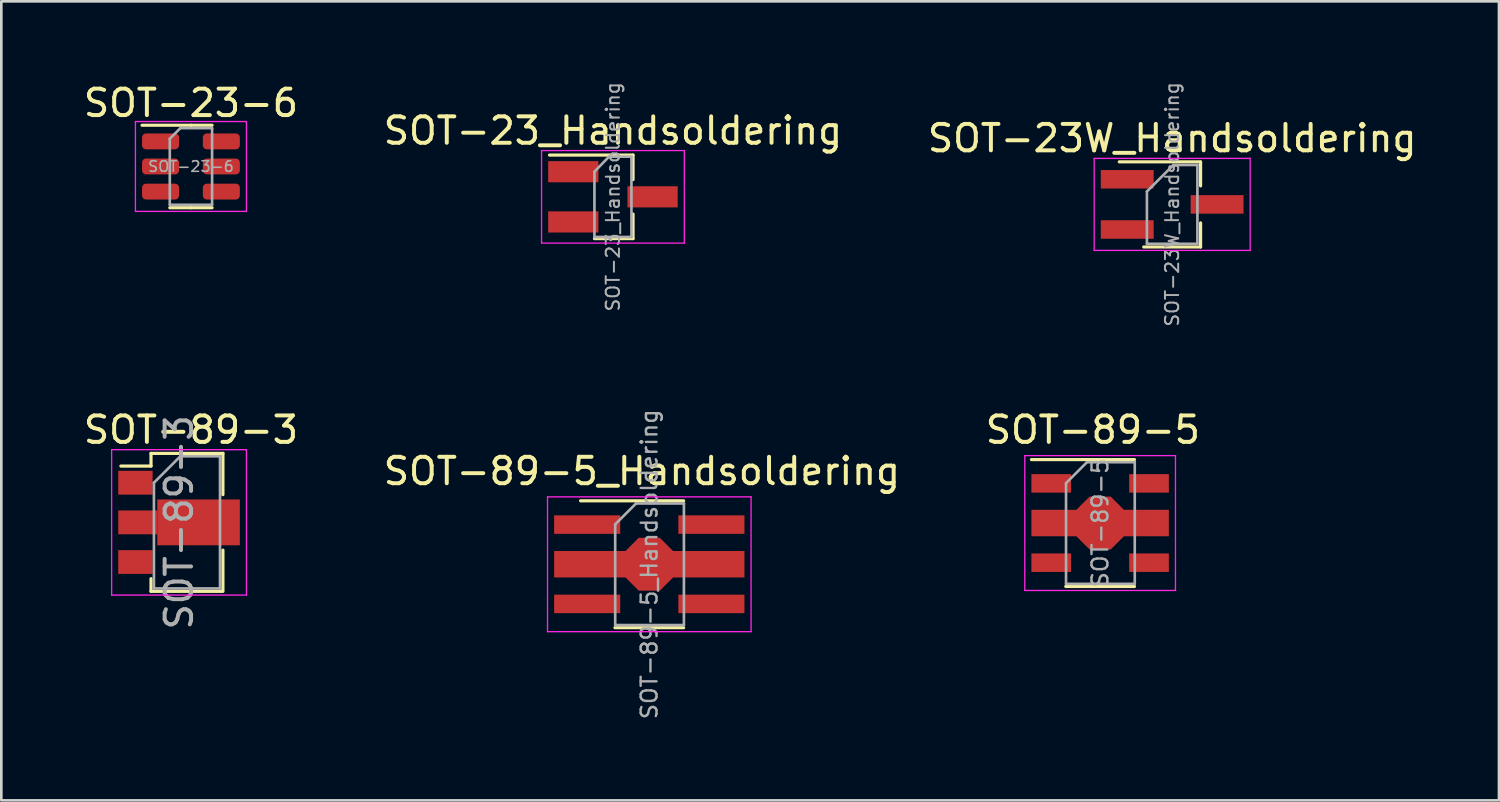
<source format=kicad_pcb>
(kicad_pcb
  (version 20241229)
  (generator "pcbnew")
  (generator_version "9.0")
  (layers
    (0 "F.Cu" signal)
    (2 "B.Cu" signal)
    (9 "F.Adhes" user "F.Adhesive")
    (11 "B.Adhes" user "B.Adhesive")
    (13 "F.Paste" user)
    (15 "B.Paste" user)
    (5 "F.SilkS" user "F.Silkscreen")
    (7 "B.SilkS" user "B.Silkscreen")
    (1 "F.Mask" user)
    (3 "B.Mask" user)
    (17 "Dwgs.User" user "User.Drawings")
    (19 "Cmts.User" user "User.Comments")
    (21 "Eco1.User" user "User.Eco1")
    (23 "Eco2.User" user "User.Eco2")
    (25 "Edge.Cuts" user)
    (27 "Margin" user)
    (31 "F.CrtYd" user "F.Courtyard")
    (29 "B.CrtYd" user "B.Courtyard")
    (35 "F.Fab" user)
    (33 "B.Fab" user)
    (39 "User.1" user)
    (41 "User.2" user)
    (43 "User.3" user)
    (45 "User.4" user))
  (footprint "SOT-23-6"
    (layer "F.Cu")
    (at 4.173 3.248)
    (property "Reference" "SOT-23-6" (at 0 -2.4 0) (layer "F.SilkS") (effects (font (size 1 1) (thickness 0.15))))
    (attr smd)
    (fp_line (start 0 -1.56) (end -1.85 -1.56) (stroke (width 0.12) (type solid)) (layer "F.SilkS"))
    (fp_line (start 0 -1.56) (end 0.8 -1.56) (stroke (width 0.12) (type solid)) (layer "F.SilkS"))
    (fp_line (start 0 1.56) (end -0.8 1.56) (stroke (width 0.12) (type solid)) (layer "F.SilkS"))
    (fp_line (start 0 1.56) (end 0.8 1.56) (stroke (width 0.12) (type solid)) (layer "F.SilkS"))
    (fp_line (start -2.1 -1.7) (end -2.1 1.7) (stroke (width 0.05) (type solid)) (layer "F.CrtYd"))
    (fp_line (start -2.1 1.7) (end 2.1 1.7) (stroke (width 0.05) (type solid)) (layer "F.CrtYd"))
    (fp_line (start 2.1 -1.7) (end -2.1 -1.7) (stroke (width 0.05) (type solid)) (layer "F.CrtYd"))
    (fp_line (start 2.1 1.7) (end 2.1 -1.7) (stroke (width 0.05) (type solid)) (layer "F.CrtYd"))
    (fp_line (start -0.8 -1.05) (end -0.4 -1.45) (stroke (width 0.1) (type solid)) (layer "F.Fab"))
    (fp_line (start -0.8 1.45) (end -0.8 -1.05) (stroke (width 0.1) (type solid)) (layer "F.Fab"))
    (fp_line (start -0.4 -1.45) (end 0.8 -1.45) (stroke (width 0.1) (type solid)) (layer "F.Fab"))
    (fp_line (start 0.8 -1.45) (end 0.8 1.45) (stroke (width 0.1) (type solid)) (layer "F.Fab"))
    (fp_line (start 0.8 1.45) (end -0.8 1.45) (stroke (width 0.1) (type solid)) (layer "F.Fab"))
    (fp_text user "${REFERENCE}" (at 0 0 0) (layer "F.Fab") (effects (font (size 0.4 0.4) (thickness 0.06))))
    (pad "1" smd roundrect (at -1.15 -0.95) (size 1.4 0.6) (layers "F.Cu" "F.Mask" "F.Paste") (roundrect_rratio 0.25))
    (pad "2" smd roundrect (at -1.15 0) (size 1.4 0.6) (layers "F.Cu" "F.Mask" "F.Paste") (roundrect_rratio 0.25))
    (pad "3" smd roundrect (at -1.15 0.95) (size 1.4 0.6) (layers "F.Cu" "F.Mask" "F.Paste") (roundrect_rratio 0.25))
    (pad "4" smd roundrect (at 1.15 0.95) (size 1.4 0.6) (layers "F.Cu" "F.Mask" "F.Paste") (roundrect_rratio 0.25))
    (pad "5" smd roundrect (at 1.15 0) (size 1.4 0.6) (layers "F.Cu" "F.Mask" "F.Paste") (roundrect_rratio 0.25))
    (pad "6" smd roundrect (at 1.15 -0.95) (size 1.4 0.6) (layers "F.Cu" "F.Mask" "F.Paste") (roundrect_rratio 0.25)))
  (footprint "SOT-89-5_Handsoldering"
    (layer "F.Cu")
    (at 21.512 18.295)
    (property "Reference" "SOT-89-5_Handsoldering" (at -0.28 -3.52 0) (layer "F.SilkS") (effects (font (size 1 1) (thickness 0.15))))
    (attr smd)
    (fp_line (start -2.6 -2.4) (end 1.3 -2.4) (stroke (width 0.12) (type solid)) (layer "F.SilkS"))
    (fp_line (start 1.3 2.4) (end -1.3 2.4) (stroke (width 0.12) (type solid)) (layer "F.SilkS"))
    (fp_line (start -3.85 2.55) (end -3.85 -2.55) (stroke (width 0.05) (type solid)) (layer "F.CrtYd"))
    (fp_line (start -3.85 2.55) (end 3.85 2.55) (stroke (width 0.05) (type solid)) (layer "F.CrtYd"))
    (fp_line (start 3.85 -2.55) (end -3.85 -2.55) (stroke (width 0.05) (type solid)) (layer "F.CrtYd"))
    (fp_line (start 3.85 -2.55) (end 3.85 2.55) (stroke (width 0.05) (type solid)) (layer "F.CrtYd"))
    (fp_line (start -1.29 -1.51) (end -0.5 -2.3) (stroke (width 0.1) (type solid)) (layer "F.Fab"))
    (fp_line (start -1.29 2.3) (end -1.29 -1.51) (stroke (width 0.1) (type solid)) (layer "F.Fab"))
    (fp_line (start -0.5 -2.3) (end 1.31 -2.3) (stroke (width 0.1) (type solid)) (layer "F.Fab"))
    (fp_line (start 1.31 -2.3) (end 1.31 2.3) (stroke (width 0.1) (type solid)) (layer "F.Fab"))
    (fp_line (start 1.31 2.3) (end -1.29 2.3) (stroke (width 0.1) (type solid)) (layer "F.Fab"))
    (fp_text user "${REFERENCE}" (at 0 0 90) (layer "F.Fab") (effects (font (size 0.6 0.6) (thickness 0.09))))
    (pad "1" smd rect (at -2.35 -1.5) (size 2.5 0.7) (layers "F.Cu" "F.Mask" "F.Paste"))
    (pad "2" smd custom (at 0 0) (size 0.8 2) (layers "F.Cu" "F.Mask" "F.Paste") (options (anchor rect)) (primitives (gr_poly (pts (xy -3.6 -0.5) (xy 3.6 -0.5) (xy 3.6 0.5) (xy -3.6 0.5)) (width 0) (fill yes)) (gr_poly (pts (xy -0.9 -0.5) (xy -0.4 -1) (xy -0.4 -0.5)) (width 0) (fill yes)) (gr_poly (pts (xy 0.9 -0.5) (xy 0.4 -1) (xy 0.4 -0.5)) (width 0) (fill yes)) (gr_poly (pts (xy -0.9 0.5) (xy -0.4 1) (xy -0.4 0.5)) (width 0) (fill yes)) (gr_poly (pts (xy 0.9 0.5) (xy 0.4 1) (xy 0.4 0.5)) (width 0) (fill yes))))
    (pad "3" smd rect (at -2.35 1.5) (size 2.5 0.7) (layers "F.Cu" "F.Mask" "F.Paste"))
    (pad "4" smd rect (at 2.35 1.5) (size 2.5 0.7) (layers "F.Cu" "F.Mask" "F.Paste"))
    (pad "5" smd rect (at 2.35 -1.5) (size 2.5 0.7) (layers "F.Cu" "F.Mask" "F.Paste")))
  (footprint "SOT-23W_Handsoldering"
    (layer "F.Cu")
    (at 41.292 4.682)
    (property "Reference" "SOT-23W_Handsoldering" (at 0 -2.5 0) (layer "F.SilkS") (effects (font (size 1 1) (thickness 0.15))))
    (attr smd)
    (fp_line (start -2 -1.61) (end 1.075 -1.61) (stroke (width 0.12) (type solid)) (layer "F.SilkS"))
    (fp_line (start -1.075 1.61) (end 1.075 1.61) (stroke (width 0.12) (type solid)) (layer "F.SilkS"))
    (fp_line (start 1.075 -1.6) (end 1.075 -0.7) (stroke (width 0.12) (type solid)) (layer "F.SilkS"))
    (fp_line (start 1.075 0.7) (end 1.075 1.61) (stroke (width 0.12) (type solid)) (layer "F.SilkS"))
    (fp_line (start -2.95 -1.74) (end 2.95 -1.74) (stroke (width 0.05) (type solid)) (layer "F.CrtYd"))
    (fp_line (start -2.95 1.74) (end -2.95 -1.74) (stroke (width 0.05) (type solid)) (layer "F.CrtYd"))
    (fp_line (start 2.95 -1.74) (end 2.95 1.74) (stroke (width 0.05) (type solid)) (layer "F.CrtYd"))
    (fp_line (start 2.95 1.74) (end -2.95 1.74) (stroke (width 0.05) (type solid)) (layer "F.CrtYd"))
    (fp_line (start -0.955 -0.49) (end -0.955 1.49) (stroke (width 0.1) (type solid)) (layer "F.Fab"))
    (fp_line (start -0.955 -0.49) (end 0.045 -1.49) (stroke (width 0.1) (type solid)) (layer "F.Fab"))
    (fp_line (start -0.955 1.49) (end 0.955 1.49) (stroke (width 0.1) (type solid)) (layer "F.Fab"))
    (fp_line (start 0.045 -1.49) (end 0.955 -1.49) (stroke (width 0.1) (type solid)) (layer "F.Fab"))
    (fp_line (start 0.955 -1.49) (end 0.955 1.49) (stroke (width 0.1) (type solid)) (layer "F.Fab"))
    (fp_text user "${REFERENCE}" (at 0 0 90) (layer "F.Fab") (effects (font (size 0.5 0.5) (thickness 0.075))))
    (pad "1" smd rect (at -1.7 -0.95) (size 2 0.7) (layers "F.Cu" "F.Mask" "F.Paste"))
    (pad "2" smd rect (at -1.7 0.95) (size 2 0.7) (layers "F.Cu" "F.Mask" "F.Paste"))
    (pad "3" smd rect (at 1.7 0) (size 2 0.7) (layers "F.Cu" "F.Mask" "F.Paste")))
  (footprint "SOT-89-3"
    (layer "F.Cu")
    (at 3.723 16.711)
    (property "Reference" "SOT-89-3" (at 0.45 -3.5 0) (layer "F.SilkS") (effects (font (size 1 1) (thickness 0.15))))
    (attr smd)
    (fp_line (start -2.2 -2.13) (end -1.06 -2.13) (stroke (width 0.12) (type solid)) (layer "F.SilkS"))
    (fp_line (start -1.06 -2.61) (end -1.06 -2.13) (stroke (width 0.12) (type solid)) (layer "F.SilkS"))
    (fp_line (start -1.06 -2.61) (end 1.66 -2.61) (stroke (width 0.12) (type solid)) (layer "F.SilkS"))
    (fp_line (start -1.06 2.61) (end -1.06 2.13) (stroke (width 0.12) (type solid)) (layer "F.SilkS"))
    (fp_line (start 1.61 2.61) (end -1.06 2.61) (stroke (width 0.12) (type solid)) (layer "F.SilkS"))
    (fp_line (start 1.66 -2.61) (end 1.66 -1.05) (stroke (width 0.12) (type solid)) (layer "F.SilkS"))
    (fp_line (start 1.66 1.05) (end 1.66 2.61) (stroke (width 0.12) (type solid)) (layer "F.SilkS"))
    (fp_line (start -2.55 2.75) (end -2.55 -2.75) (stroke (width 0.05) (type solid)) (layer "F.CrtYd"))
    (fp_line (start -2.55 2.75) (end 2.55 2.75) (stroke (width 0.05) (type solid)) (layer "F.CrtYd"))
    (fp_line (start 2.55 -2.75) (end -2.55 -2.75) (stroke (width 0.05) (type solid)) (layer "F.CrtYd"))
    (fp_line (start 2.55 -2.75) (end 2.55 2.75) (stroke (width 0.05) (type solid)) (layer "F.CrtYd"))
    (fp_line (start -0.95 -1.5) (end 0.05 -2.5) (stroke (width 0.1) (type solid)) (layer "F.Fab"))
    (fp_line (start -0.95 2.5) (end -0.95 -1.5) (stroke (width 0.1) (type solid)) (layer "F.Fab"))
    (fp_line (start 0.05 -2.5) (end 1.55 -2.5) (stroke (width 0.1) (type solid)) (layer "F.Fab"))
    (fp_line (start 1.55 -2.5) (end 1.55 2.5) (stroke (width 0.1) (type solid)) (layer "F.Fab"))
    (fp_line (start 1.55 2.5) (end -0.95 2.5) (stroke (width 0.1) (type solid)) (layer "F.Fab"))
    (fp_text user "${REFERENCE}" (at 0 0 90) (layer "F.Fab") (effects (font (size 1 1) (thickness 0.15))))
    (pad "1" smd rect (at -1.65 -1.5) (size 1.3 0.9) (layers "F.Cu" "F.Mask" "F.Paste"))
    (pad "2" smd custom (at -1.562 0) (size 1.475 0.9) (layers "F.Cu" "F.Mask" "F.Paste") (options (anchor rect)) (primitives (gr_poly (pts (xy 0.738 -0.867) (xy 3.862 -0.867) (xy 3.862 0.867) (xy 0.738 0.867)) (width 0) (fill yes))))
    (pad "3" smd rect (at -1.65 1.5) (size 1.3 0.9) (layers "F.Cu" "F.Mask" "F.Paste")))
  (footprint "SOT-23_Handsoldering"
    (layer "F.Cu")
    (at 20.137 4.396)
    (property "Reference" "SOT-23_Handsoldering" (at 0 -2.5 0) (layer "F.SilkS") (effects (font (size 1 1) (thickness 0.15))))
    (attr smd)
    (fp_line (start 0.76 -1.58) (end -2.4 -1.58) (stroke (width 0.12) (type solid)) (layer "F.SilkS"))
    (fp_line (start 0.76 -1.58) (end 0.76 -0.65) (stroke (width 0.12) (type solid)) (layer "F.SilkS"))
    (fp_line (start 0.76 1.58) (end -0.7 1.58) (stroke (width 0.12) (type solid)) (layer "F.SilkS"))
    (fp_line (start 0.76 1.58) (end 0.76 0.65) (stroke (width 0.12) (type solid)) (layer "F.SilkS"))
    (fp_line (start -2.7 -1.75) (end 2.7 -1.75) (stroke (width 0.05) (type solid)) (layer "F.CrtYd"))
    (fp_line (start -2.7 1.75) (end -2.7 -1.75) (stroke (width 0.05) (type solid)) (layer "F.CrtYd"))
    (fp_line (start 2.7 -1.75) (end 2.7 1.75) (stroke (width 0.05) (type solid)) (layer "F.CrtYd"))
    (fp_line (start 2.7 1.75) (end -2.7 1.75) (stroke (width 0.05) (type solid)) (layer "F.CrtYd"))
    (fp_line (start -0.7 -0.95) (end -0.7 1.5) (stroke (width 0.1) (type solid)) (layer "F.Fab"))
    (fp_line (start -0.7 -0.95) (end -0.15 -1.52) (stroke (width 0.1) (type solid)) (layer "F.Fab"))
    (fp_line (start -0.7 1.52) (end 0.7 1.52) (stroke (width 0.1) (type solid)) (layer "F.Fab"))
    (fp_line (start -0.15 -1.52) (end 0.7 -1.52) (stroke (width 0.1) (type solid)) (layer "F.Fab"))
    (fp_line (start 0.7 -1.52) (end 0.7 1.52) (stroke (width 0.1) (type solid)) (layer "F.Fab"))
    (fp_text user "${REFERENCE}" (at 0 0 90) (layer "F.Fab") (effects (font (size 0.5 0.5) (thickness 0.075))))
    (pad "1" smd rect (at -1.5 -0.95) (size 1.9 0.8) (layers "F.Cu" "F.Mask" "F.Paste"))
    (pad "2" smd rect (at -1.5 0.95) (size 1.9 0.8) (layers "F.Cu" "F.Mask" "F.Paste"))
    (pad "3" smd rect (at 1.5 0) (size 1.9 0.8) (layers "F.Cu" "F.Mask" "F.Paste")))
  (footprint "SOT-89-5"
    (layer "F.Cu")
    (at 38.567 16.736)
    (property "Reference" "SOT-89-5" (at -0.275 -3.525 0) (layer "F.SilkS") (effects (font (size 1 1) (thickness 0.15))))
    (attr smd)
    (fp_line (start -2.6 -2.4) (end 1.3 -2.4) (stroke (width 0.12) (type solid)) (layer "F.SilkS"))
    (fp_line (start 1.3 2.4) (end -1.3 2.4) (stroke (width 0.12) (type solid)) (layer "F.SilkS"))
    (fp_line (start -2.85 2.55) (end -2.85 -2.55) (stroke (width 0.05) (type solid)) (layer "F.CrtYd"))
    (fp_line (start -2.85 2.55) (end 2.85 2.55) (stroke (width 0.05) (type solid)) (layer "F.CrtYd"))
    (fp_line (start 2.85 -2.55) (end -2.85 -2.55) (stroke (width 0.05) (type solid)) (layer "F.CrtYd"))
    (fp_line (start 2.85 -2.55) (end 2.85 2.55) (stroke (width 0.05) (type solid)) (layer "F.CrtYd"))
    (fp_line (start -1.29 -1.51) (end -0.5 -2.3) (stroke (width 0.1) (type solid)) (layer "F.Fab"))
    (fp_line (start -1.29 2.3) (end -1.29 -1.51) (stroke (width 0.1) (type solid)) (layer "F.Fab"))
    (fp_line (start -0.5 -2.3) (end 1.31 -2.3) (stroke (width 0.1) (type solid)) (layer "F.Fab"))
    (fp_line (start 1.31 -2.3) (end 1.31 2.3) (stroke (width 0.1) (type solid)) (layer "F.Fab"))
    (fp_line (start 1.31 2.3) (end -1.29 2.3) (stroke (width 0.1) (type solid)) (layer "F.Fab"))
    (fp_text user "${REFERENCE}" (at 0 0 90) (layer "F.Fab") (effects (font (size 0.6 0.6) (thickness 0.09))))
    (pad "1" smd rect (at -1.85 -1.5) (size 1.5 0.7) (layers "F.Cu" "F.Mask" "F.Paste"))
    (pad "2" smd custom (at 0 0) (size 0.8 2) (layers "F.Cu" "F.Mask" "F.Paste") (options (anchor rect)) (primitives (gr_poly (pts (xy -2.6 -0.5) (xy 2.6 -0.5) (xy 2.6 0.5) (xy -2.6 0.5)) (width 0) (fill yes)) (gr_poly (pts (xy -0.9 -0.5) (xy -0.4 -1) (xy -0.4 -0.5)) (width 0) (fill yes)) (gr_poly (pts (xy 0.9 -0.5) (xy 0.4 -1) (xy 0.4 -0.5)) (width 0) (fill yes)) (gr_poly (pts (xy -0.9 0.5) (xy -0.4 1) (xy -0.4 0.5)) (width 0) (fill yes)) (gr_poly (pts (xy 0.9 0.5) (xy 0.4 1) (xy 0.4 0.5)) (width 0) (fill yes))))
    (pad "3" smd rect (at -1.85 1.5) (size 1.5 0.7) (layers "F.Cu" "F.Mask" "F.Paste"))
    (pad "4" smd rect (at 1.85 1.5) (size 1.5 0.7) (layers "F.Cu" "F.Mask" "F.Paste"))
    (pad "5" smd rect (at 1.85 -1.5) (size 1.5 0.7) (layers "F.Cu" "F.Mask" "F.Paste")))
  (gr_rect
    (start -3 -3)
    (end 53.655 27.227)
    (stroke (width 0.1) (type default))
    (fill no)
    (layer "Edge.Cuts")))
</source>
